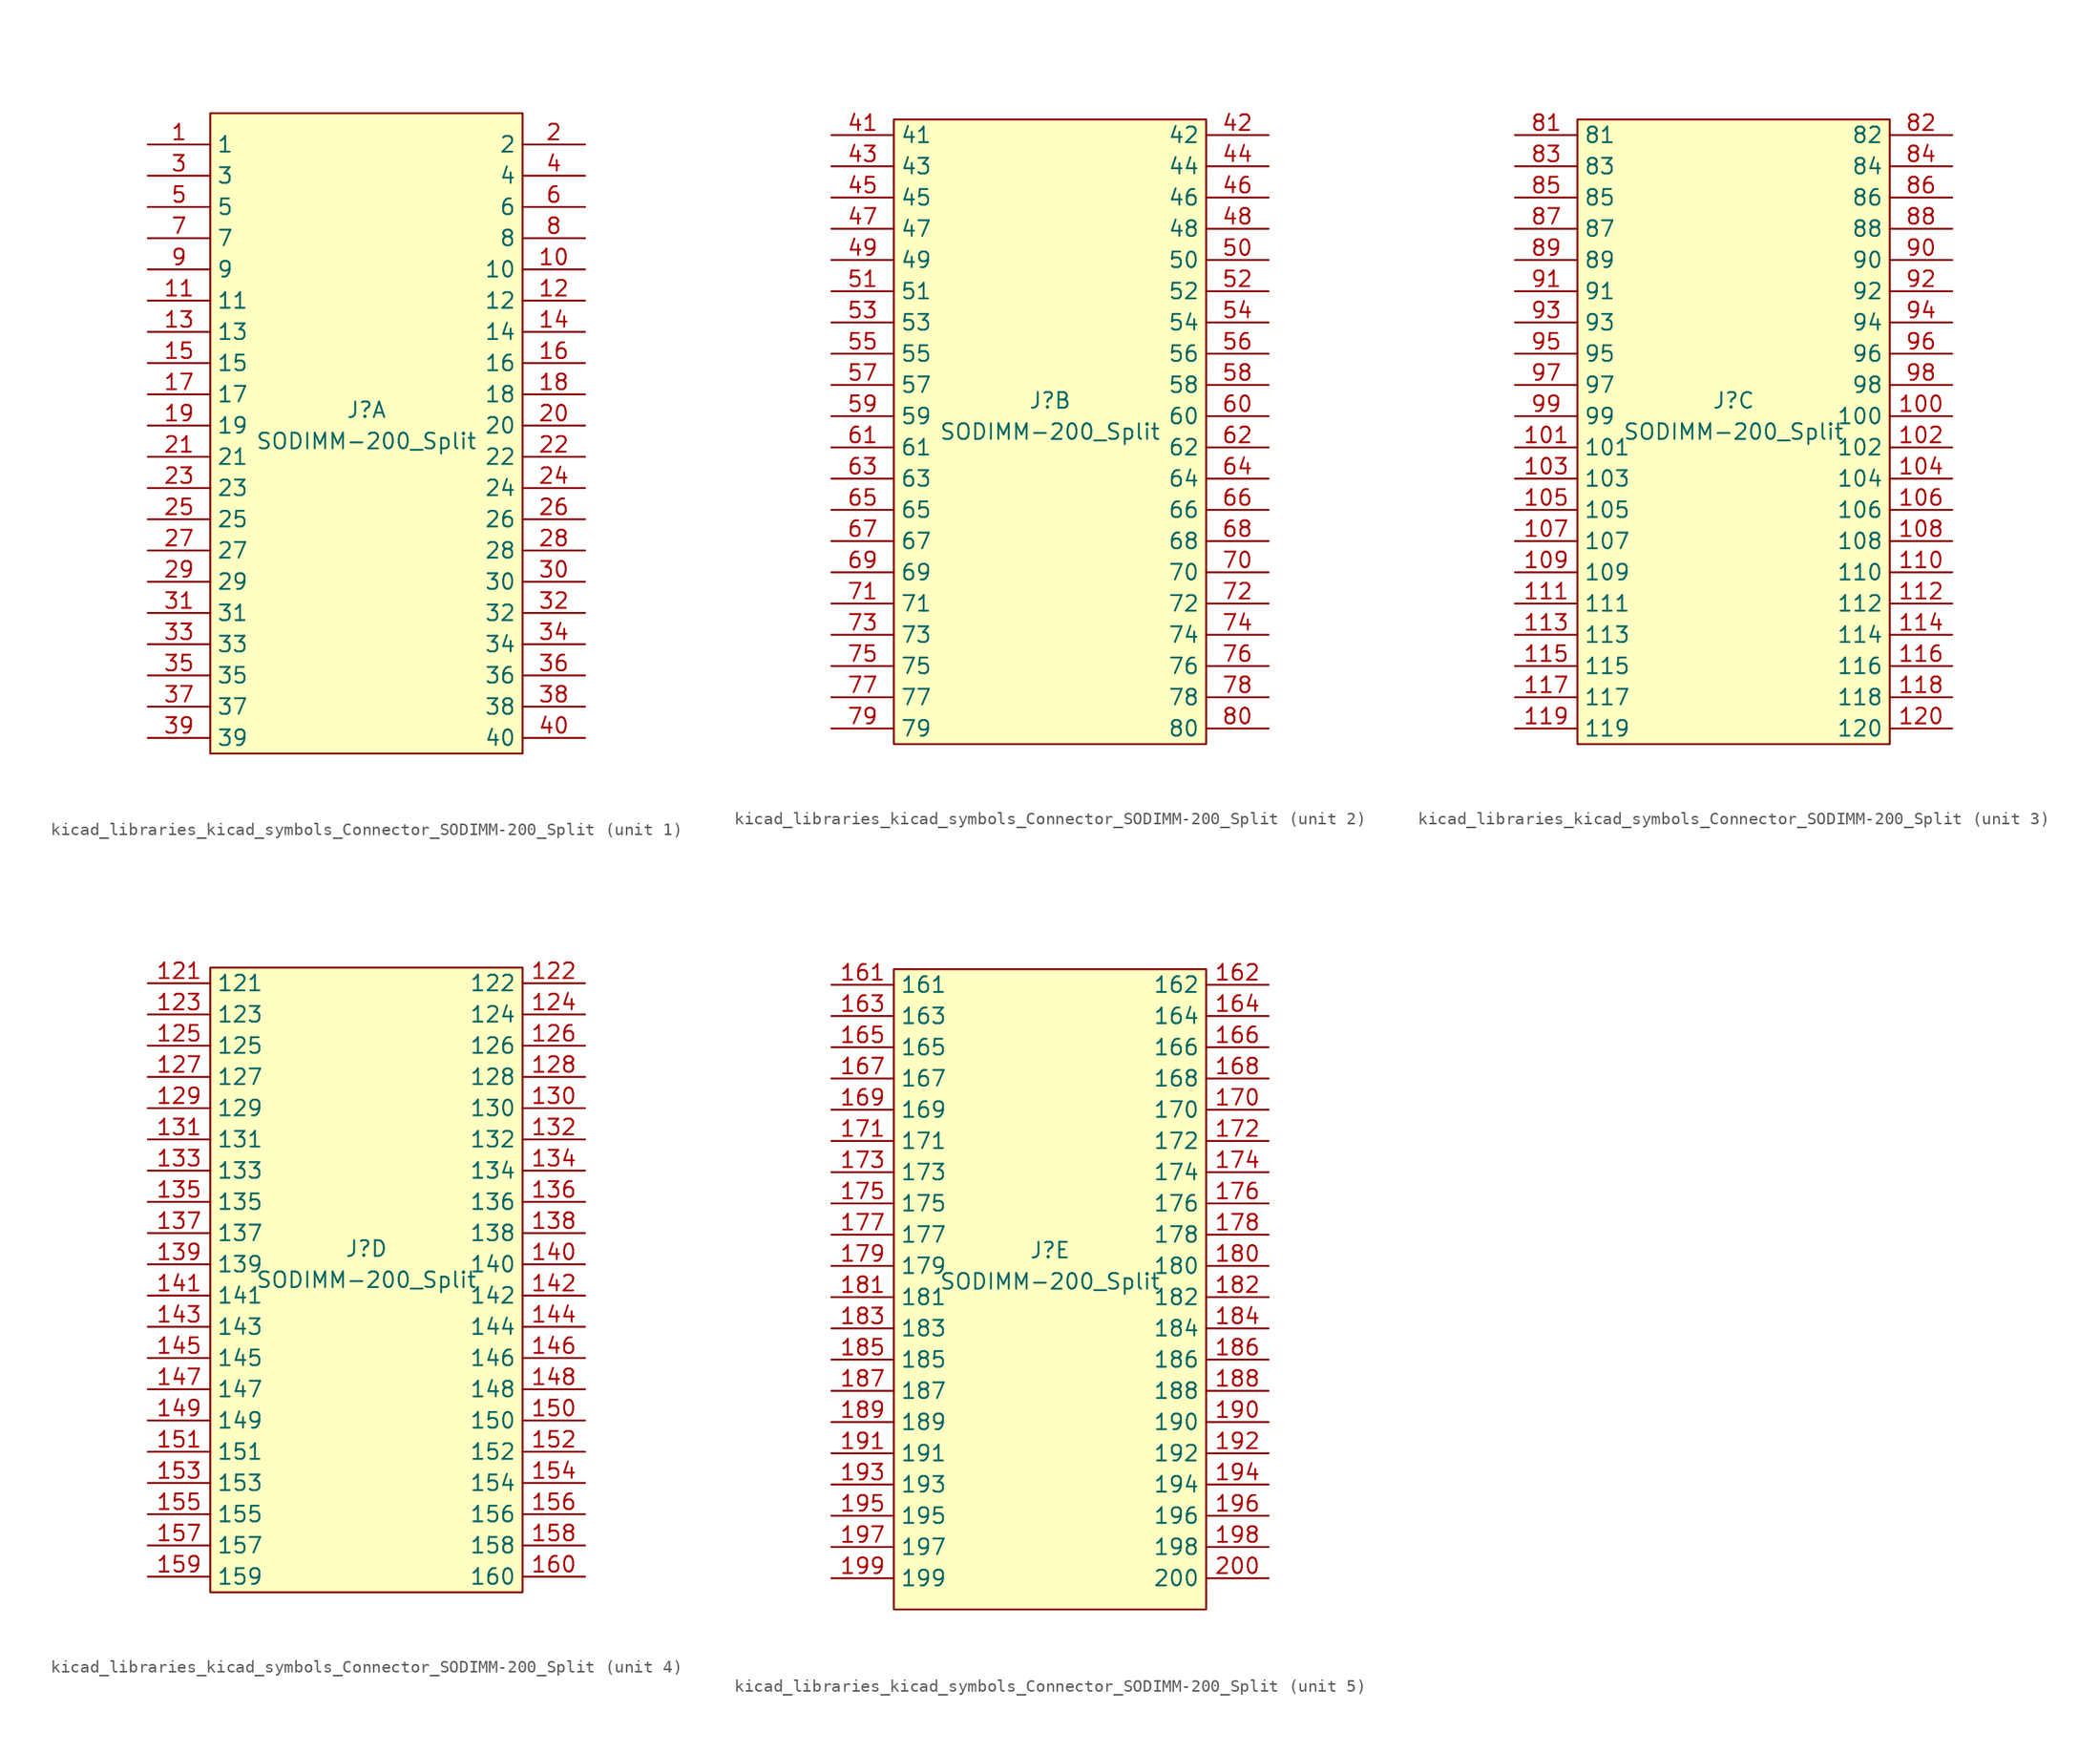
<source format=kicad_sym>
(kicad_symbol_lib
  (version 20220914)
  (generator kicad_symbol_editor)
  (symbol "kicad_libraries_kicad_symbols_Connector_SODIMM-200_Split"
    (property "Reference" "J"
      (at 0 1.27 0)
      (effects (font (size 1.27 1.27))))
    (property "Value" "SODIMM-200_Split"
      (at 0 -1.27 0)
      (effects (font (size 1.27 1.27))))
    (property "ki_locked" ""
      (at 0 0 0)
      (effects (font (size 1.27 1.27))))
    (symbol "kicad_libraries_kicad_symbols_Connector_SODIMM-200_Split_1_1"
      (rectangle (start -12.7 25.4) (end 12.7 -26.67) (stroke (width 0) (type default)) (fill (type background)))
      (pin passive line (at -17.78 22.86 0) (length 5.08) (name "1" (effects (font (size 1.27 1.27)))) (number "1" (effects (font (size 1.27 1.27)))))
      (pin passive line (at 17.78 12.7 180) (length 5.08) (name "10" (effects (font (size 1.27 1.27)))) (number "10" (effects (font (size 1.27 1.27)))))
      (pin passive line (at -17.78 10.16 0) (length 5.08) (name "11" (effects (font (size 1.27 1.27)))) (number "11" (effects (font (size 1.27 1.27)))))
      (pin passive line (at 17.78 10.16 180) (length 5.08) (name "12" (effects (font (size 1.27 1.27)))) (number "12" (effects (font (size 1.27 1.27)))))
      (pin passive line (at -17.78 7.62 0) (length 5.08) (name "13" (effects (font (size 1.27 1.27)))) (number "13" (effects (font (size 1.27 1.27)))))
      (pin passive line (at 17.78 7.62 180) (length 5.08) (name "14" (effects (font (size 1.27 1.27)))) (number "14" (effects (font (size 1.27 1.27)))))
      (pin passive line (at -17.78 5.08 0) (length 5.08) (name "15" (effects (font (size 1.27 1.27)))) (number "15" (effects (font (size 1.27 1.27)))))
      (pin passive line (at 17.78 5.08 180) (length 5.08) (name "16" (effects (font (size 1.27 1.27)))) (number "16" (effects (font (size 1.27 1.27)))))
      (pin passive line (at -17.78 2.54 0) (length 5.08) (name "17" (effects (font (size 1.27 1.27)))) (number "17" (effects (font (size 1.27 1.27)))))
      (pin passive line (at 17.78 2.54 180) (length 5.08) (name "18" (effects (font (size 1.27 1.27)))) (number "18" (effects (font (size 1.27 1.27)))))
      (pin passive line (at -17.78 0 0) (length 5.08) (name "19" (effects (font (size 1.27 1.27)))) (number "19" (effects (font (size 1.27 1.27)))))
      (pin passive line (at 17.78 22.86 180) (length 5.08) (name "2" (effects (font (size 1.27 1.27)))) (number "2" (effects (font (size 1.27 1.27)))))
      (pin passive line (at 17.78 0 180) (length 5.08) (name "20" (effects (font (size 1.27 1.27)))) (number "20" (effects (font (size 1.27 1.27)))))
      (pin passive line (at -17.78 -2.54 0) (length 5.08) (name "21" (effects (font (size 1.27 1.27)))) (number "21" (effects (font (size 1.27 1.27)))))
      (pin passive line (at 17.78 -2.54 180) (length 5.08) (name "22" (effects (font (size 1.27 1.27)))) (number "22" (effects (font (size 1.27 1.27)))))
      (pin passive line (at -17.78 -5.08 0) (length 5.08) (name "23" (effects (font (size 1.27 1.27)))) (number "23" (effects (font (size 1.27 1.27)))))
      (pin passive line (at 17.78 -5.08 180) (length 5.08) (name "24" (effects (font (size 1.27 1.27)))) (number "24" (effects (font (size 1.27 1.27)))))
      (pin passive line (at -17.78 -7.62 0) (length 5.08) (name "25" (effects (font (size 1.27 1.27)))) (number "25" (effects (font (size 1.27 1.27)))))
      (pin passive line (at 17.78 -7.62 180) (length 5.08) (name "26" (effects (font (size 1.27 1.27)))) (number "26" (effects (font (size 1.27 1.27)))))
      (pin passive line (at -17.78 -10.16 0) (length 5.08) (name "27" (effects (font (size 1.27 1.27)))) (number "27" (effects (font (size 1.27 1.27)))))
      (pin passive line (at 17.78 -10.16 180) (length 5.08) (name "28" (effects (font (size 1.27 1.27)))) (number "28" (effects (font (size 1.27 1.27)))))
      (pin passive line (at -17.78 -12.7 0) (length 5.08) (name "29" (effects (font (size 1.27 1.27)))) (number "29" (effects (font (size 1.27 1.27)))))
      (pin passive line (at -17.78 20.32 0) (length 5.08) (name "3" (effects (font (size 1.27 1.27)))) (number "3" (effects (font (size 1.27 1.27)))))
      (pin passive line (at 17.78 -12.7 180) (length 5.08) (name "30" (effects (font (size 1.27 1.27)))) (number "30" (effects (font (size 1.27 1.27)))))
      (pin passive line (at -17.78 -15.24 0) (length 5.08) (name "31" (effects (font (size 1.27 1.27)))) (number "31" (effects (font (size 1.27 1.27)))))
      (pin passive line (at 17.78 -15.24 180) (length 5.08) (name "32" (effects (font (size 1.27 1.27)))) (number "32" (effects (font (size 1.27 1.27)))))
      (pin passive line (at -17.78 -17.78 0) (length 5.08) (name "33" (effects (font (size 1.27 1.27)))) (number "33" (effects (font (size 1.27 1.27)))))
      (pin passive line (at 17.78 -17.78 180) (length 5.08) (name "34" (effects (font (size 1.27 1.27)))) (number "34" (effects (font (size 1.27 1.27)))))
      (pin passive line (at -17.78 -20.32 0) (length 5.08) (name "35" (effects (font (size 1.27 1.27)))) (number "35" (effects (font (size 1.27 1.27)))))
      (pin passive line (at 17.78 -20.32 180) (length 5.08) (name "36" (effects (font (size 1.27 1.27)))) (number "36" (effects (font (size 1.27 1.27)))))
      (pin passive line (at -17.78 -22.86 0) (length 5.08) (name "37" (effects (font (size 1.27 1.27)))) (number "37" (effects (font (size 1.27 1.27)))))
      (pin passive line (at 17.78 -22.86 180) (length 5.08) (name "38" (effects (font (size 1.27 1.27)))) (number "38" (effects (font (size 1.27 1.27)))))
      (pin passive line (at -17.78 -25.4 0) (length 5.08) (name "39" (effects (font (size 1.27 1.27)))) (number "39" (effects (font (size 1.27 1.27)))))
      (pin passive line (at 17.78 20.32 180) (length 5.08) (name "4" (effects (font (size 1.27 1.27)))) (number "4" (effects (font (size 1.27 1.27)))))
      (pin passive line (at 17.78 -25.4 180) (length 5.08) (name "40" (effects (font (size 1.27 1.27)))) (number "40" (effects (font (size 1.27 1.27)))))
      (pin passive line (at -17.78 17.78 0) (length 5.08) (name "5" (effects (font (size 1.27 1.27)))) (number "5" (effects (font (size 1.27 1.27)))))
      (pin passive line (at 17.78 17.78 180) (length 5.08) (name "6" (effects (font (size 1.27 1.27)))) (number "6" (effects (font (size 1.27 1.27)))))
      (pin passive line (at -17.78 15.24 0) (length 5.08) (name "7" (effects (font (size 1.27 1.27)))) (number "7" (effects (font (size 1.27 1.27)))))
      (pin passive line (at 17.78 15.24 180) (length 5.08) (name "8" (effects (font (size 1.27 1.27)))) (number "8" (effects (font (size 1.27 1.27)))))
      (pin passive line (at -17.78 12.7 0) (length 5.08) (name "9" (effects (font (size 1.27 1.27)))) (number "9" (effects (font (size 1.27 1.27))))))
    (symbol "kicad_libraries_kicad_symbols_Connector_SODIMM-200_Split_2_1"
      (rectangle (start -12.7 -26.67) (end 12.7 24.13) (stroke (width 0) (type default)) (fill (type background)))
      (pin passive line (at -17.78 22.86 0) (length 5.08) (name "41" (effects (font (size 1.27 1.27)))) (number "41" (effects (font (size 1.27 1.27)))))
      (pin passive line (at 17.78 22.86 180) (length 5.08) (name "42" (effects (font (size 1.27 1.27)))) (number "42" (effects (font (size 1.27 1.27)))))
      (pin passive line (at -17.78 20.32 0) (length 5.08) (name "43" (effects (font (size 1.27 1.27)))) (number "43" (effects (font (size 1.27 1.27)))))
      (pin passive line (at 17.78 20.32 180) (length 5.08) (name "44" (effects (font (size 1.27 1.27)))) (number "44" (effects (font (size 1.27 1.27)))))
      (pin passive line (at -17.78 17.78 0) (length 5.08) (name "45" (effects (font (size 1.27 1.27)))) (number "45" (effects (font (size 1.27 1.27)))))
      (pin passive line (at 17.78 17.78 180) (length 5.08) (name "46" (effects (font (size 1.27 1.27)))) (number "46" (effects (font (size 1.27 1.27)))))
      (pin passive line (at -17.78 15.24 0) (length 5.08) (name "47" (effects (font (size 1.27 1.27)))) (number "47" (effects (font (size 1.27 1.27)))))
      (pin passive line (at 17.78 15.24 180) (length 5.08) (name "48" (effects (font (size 1.27 1.27)))) (number "48" (effects (font (size 1.27 1.27)))))
      (pin passive line (at -17.78 12.7 0) (length 5.08) (name "49" (effects (font (size 1.27 1.27)))) (number "49" (effects (font (size 1.27 1.27)))))
      (pin passive line (at 17.78 12.7 180) (length 5.08) (name "50" (effects (font (size 1.27 1.27)))) (number "50" (effects (font (size 1.27 1.27)))))
      (pin passive line (at -17.78 10.16 0) (length 5.08) (name "51" (effects (font (size 1.27 1.27)))) (number "51" (effects (font (size 1.27 1.27)))))
      (pin passive line (at 17.78 10.16 180) (length 5.08) (name "52" (effects (font (size 1.27 1.27)))) (number "52" (effects (font (size 1.27 1.27)))))
      (pin passive line (at -17.78 7.62 0) (length 5.08) (name "53" (effects (font (size 1.27 1.27)))) (number "53" (effects (font (size 1.27 1.27)))))
      (pin passive line (at 17.78 7.62 180) (length 5.08) (name "54" (effects (font (size 1.27 1.27)))) (number "54" (effects (font (size 1.27 1.27)))))
      (pin passive line (at -17.78 5.08 0) (length 5.08) (name "55" (effects (font (size 1.27 1.27)))) (number "55" (effects (font (size 1.27 1.27)))))
      (pin passive line (at 17.78 5.08 180) (length 5.08) (name "56" (effects (font (size 1.27 1.27)))) (number "56" (effects (font (size 1.27 1.27)))))
      (pin passive line (at -17.78 2.54 0) (length 5.08) (name "57" (effects (font (size 1.27 1.27)))) (number "57" (effects (font (size 1.27 1.27)))))
      (pin passive line (at 17.78 2.54 180) (length 5.08) (name "58" (effects (font (size 1.27 1.27)))) (number "58" (effects (font (size 1.27 1.27)))))
      (pin passive line (at -17.78 0 0) (length 5.08) (name "59" (effects (font (size 1.27 1.27)))) (number "59" (effects (font (size 1.27 1.27)))))
      (pin passive line (at 17.78 0 180) (length 5.08) (name "60" (effects (font (size 1.27 1.27)))) (number "60" (effects (font (size 1.27 1.27)))))
      (pin passive line (at -17.78 -2.54 0) (length 5.08) (name "61" (effects (font (size 1.27 1.27)))) (number "61" (effects (font (size 1.27 1.27)))))
      (pin passive line (at 17.78 -2.54 180) (length 5.08) (name "62" (effects (font (size 1.27 1.27)))) (number "62" (effects (font (size 1.27 1.27)))))
      (pin passive line (at -17.78 -5.08 0) (length 5.08) (name "63" (effects (font (size 1.27 1.27)))) (number "63" (effects (font (size 1.27 1.27)))))
      (pin passive line (at 17.78 -5.08 180) (length 5.08) (name "64" (effects (font (size 1.27 1.27)))) (number "64" (effects (font (size 1.27 1.27)))))
      (pin passive line (at -17.78 -7.62 0) (length 5.08) (name "65" (effects (font (size 1.27 1.27)))) (number "65" (effects (font (size 1.27 1.27)))))
      (pin passive line (at 17.78 -7.62 180) (length 5.08) (name "66" (effects (font (size 1.27 1.27)))) (number "66" (effects (font (size 1.27 1.27)))))
      (pin passive line (at -17.78 -10.16 0) (length 5.08) (name "67" (effects (font (size 1.27 1.27)))) (number "67" (effects (font (size 1.27 1.27)))))
      (pin passive line (at 17.78 -10.16 180) (length 5.08) (name "68" (effects (font (size 1.27 1.27)))) (number "68" (effects (font (size 1.27 1.27)))))
      (pin passive line (at -17.78 -12.7 0) (length 5.08) (name "69" (effects (font (size 1.27 1.27)))) (number "69" (effects (font (size 1.27 1.27)))))
      (pin passive line (at 17.78 -12.7 180) (length 5.08) (name "70" (effects (font (size 1.27 1.27)))) (number "70" (effects (font (size 1.27 1.27)))))
      (pin passive line (at -17.78 -15.24 0) (length 5.08) (name "71" (effects (font (size 1.27 1.27)))) (number "71" (effects (font (size 1.27 1.27)))))
      (pin passive line (at 17.78 -15.24 180) (length 5.08) (name "72" (effects (font (size 1.27 1.27)))) (number "72" (effects (font (size 1.27 1.27)))))
      (pin passive line (at -17.78 -17.78 0) (length 5.08) (name "73" (effects (font (size 1.27 1.27)))) (number "73" (effects (font (size 1.27 1.27)))))
      (pin passive line (at 17.78 -17.78 180) (length 5.08) (name "74" (effects (font (size 1.27 1.27)))) (number "74" (effects (font (size 1.27 1.27)))))
      (pin passive line (at -17.78 -20.32 0) (length 5.08) (name "75" (effects (font (size 1.27 1.27)))) (number "75" (effects (font (size 1.27 1.27)))))
      (pin passive line (at 17.78 -20.32 180) (length 5.08) (name "76" (effects (font (size 1.27 1.27)))) (number "76" (effects (font (size 1.27 1.27)))))
      (pin passive line (at -17.78 -22.86 0) (length 5.08) (name "77" (effects (font (size 1.27 1.27)))) (number "77" (effects (font (size 1.27 1.27)))))
      (pin passive line (at 17.78 -22.86 180) (length 5.08) (name "78" (effects (font (size 1.27 1.27)))) (number "78" (effects (font (size 1.27 1.27)))))
      (pin passive line (at -17.78 -25.4 0) (length 5.08) (name "79" (effects (font (size 1.27 1.27)))) (number "79" (effects (font (size 1.27 1.27)))))
      (pin passive line (at 17.78 -25.4 180) (length 5.08) (name "80" (effects (font (size 1.27 1.27)))) (number "80" (effects (font (size 1.27 1.27))))))
    (symbol "kicad_libraries_kicad_symbols_Connector_SODIMM-200_Split_3_1"
      (rectangle (start -12.7 24.13) (end 12.7 -26.67) (stroke (width 0) (type default)) (fill (type background)))
      (pin passive line (at 17.78 0 180) (length 5.08) (name "100" (effects (font (size 1.27 1.27)))) (number "100" (effects (font (size 1.27 1.27)))))
      (pin passive line (at -17.78 -2.54 0) (length 5.08) (name "101" (effects (font (size 1.27 1.27)))) (number "101" (effects (font (size 1.27 1.27)))))
      (pin passive line (at 17.78 -2.54 180) (length 5.08) (name "102" (effects (font (size 1.27 1.27)))) (number "102" (effects (font (size 1.27 1.27)))))
      (pin passive line (at -17.78 -5.08 0) (length 5.08) (name "103" (effects (font (size 1.27 1.27)))) (number "103" (effects (font (size 1.27 1.27)))))
      (pin passive line (at 17.78 -5.08 180) (length 5.08) (name "104" (effects (font (size 1.27 1.27)))) (number "104" (effects (font (size 1.27 1.27)))))
      (pin passive line (at -17.78 -7.62 0) (length 5.08) (name "105" (effects (font (size 1.27 1.27)))) (number "105" (effects (font (size 1.27 1.27)))))
      (pin passive line (at 17.78 -7.62 180) (length 5.08) (name "106" (effects (font (size 1.27 1.27)))) (number "106" (effects (font (size 1.27 1.27)))))
      (pin passive line (at -17.78 -10.16 0) (length 5.08) (name "107" (effects (font (size 1.27 1.27)))) (number "107" (effects (font (size 1.27 1.27)))))
      (pin passive line (at 17.78 -10.16 180) (length 5.08) (name "108" (effects (font (size 1.27 1.27)))) (number "108" (effects (font (size 1.27 1.27)))))
      (pin passive line (at -17.78 -12.7 0) (length 5.08) (name "109" (effects (font (size 1.27 1.27)))) (number "109" (effects (font (size 1.27 1.27)))))
      (pin passive line (at 17.78 -12.7 180) (length 5.08) (name "110" (effects (font (size 1.27 1.27)))) (number "110" (effects (font (size 1.27 1.27)))))
      (pin passive line (at -17.78 -15.24 0) (length 5.08) (name "111" (effects (font (size 1.27 1.27)))) (number "111" (effects (font (size 1.27 1.27)))))
      (pin passive line (at 17.78 -15.24 180) (length 5.08) (name "112" (effects (font (size 1.27 1.27)))) (number "112" (effects (font (size 1.27 1.27)))))
      (pin passive line (at -17.78 -17.78 0) (length 5.08) (name "113" (effects (font (size 1.27 1.27)))) (number "113" (effects (font (size 1.27 1.27)))))
      (pin passive line (at 17.78 -17.78 180) (length 5.08) (name "114" (effects (font (size 1.27 1.27)))) (number "114" (effects (font (size 1.27 1.27)))))
      (pin passive line (at -17.78 -20.32 0) (length 5.08) (name "115" (effects (font (size 1.27 1.27)))) (number "115" (effects (font (size 1.27 1.27)))))
      (pin passive line (at 17.78 -20.32 180) (length 5.08) (name "116" (effects (font (size 1.27 1.27)))) (number "116" (effects (font (size 1.27 1.27)))))
      (pin passive line (at -17.78 -22.86 0) (length 5.08) (name "117" (effects (font (size 1.27 1.27)))) (number "117" (effects (font (size 1.27 1.27)))))
      (pin passive line (at 17.78 -22.86 180) (length 5.08) (name "118" (effects (font (size 1.27 1.27)))) (number "118" (effects (font (size 1.27 1.27)))))
      (pin passive line (at -17.78 -25.4 0) (length 5.08) (name "119" (effects (font (size 1.27 1.27)))) (number "119" (effects (font (size 1.27 1.27)))))
      (pin passive line (at 17.78 -25.4 180) (length 5.08) (name "120" (effects (font (size 1.27 1.27)))) (number "120" (effects (font (size 1.27 1.27)))))
      (pin passive line (at -17.78 22.86 0) (length 5.08) (name "81" (effects (font (size 1.27 1.27)))) (number "81" (effects (font (size 1.27 1.27)))))
      (pin passive line (at 17.78 22.86 180) (length 5.08) (name "82" (effects (font (size 1.27 1.27)))) (number "82" (effects (font (size 1.27 1.27)))))
      (pin passive line (at -17.78 20.32 0) (length 5.08) (name "83" (effects (font (size 1.27 1.27)))) (number "83" (effects (font (size 1.27 1.27)))))
      (pin passive line (at 17.78 20.32 180) (length 5.08) (name "84" (effects (font (size 1.27 1.27)))) (number "84" (effects (font (size 1.27 1.27)))))
      (pin passive line (at -17.78 17.78 0) (length 5.08) (name "85" (effects (font (size 1.27 1.27)))) (number "85" (effects (font (size 1.27 1.27)))))
      (pin passive line (at 17.78 17.78 180) (length 5.08) (name "86" (effects (font (size 1.27 1.27)))) (number "86" (effects (font (size 1.27 1.27)))))
      (pin passive line (at -17.78 15.24 0) (length 5.08) (name "87" (effects (font (size 1.27 1.27)))) (number "87" (effects (font (size 1.27 1.27)))))
      (pin passive line (at 17.78 15.24 180) (length 5.08) (name "88" (effects (font (size 1.27 1.27)))) (number "88" (effects (font (size 1.27 1.27)))))
      (pin passive line (at -17.78 12.7 0) (length 5.08) (name "89" (effects (font (size 1.27 1.27)))) (number "89" (effects (font (size 1.27 1.27)))))
      (pin passive line (at 17.78 12.7 180) (length 5.08) (name "90" (effects (font (size 1.27 1.27)))) (number "90" (effects (font (size 1.27 1.27)))))
      (pin passive line (at -17.78 10.16 0) (length 5.08) (name "91" (effects (font (size 1.27 1.27)))) (number "91" (effects (font (size 1.27 1.27)))))
      (pin passive line (at 17.78 10.16 180) (length 5.08) (name "92" (effects (font (size 1.27 1.27)))) (number "92" (effects (font (size 1.27 1.27)))))
      (pin passive line (at -17.78 7.62 0) (length 5.08) (name "93" (effects (font (size 1.27 1.27)))) (number "93" (effects (font (size 1.27 1.27)))))
      (pin passive line (at 17.78 7.62 180) (length 5.08) (name "94" (effects (font (size 1.27 1.27)))) (number "94" (effects (font (size 1.27 1.27)))))
      (pin passive line (at -17.78 5.08 0) (length 5.08) (name "95" (effects (font (size 1.27 1.27)))) (number "95" (effects (font (size 1.27 1.27)))))
      (pin passive line (at 17.78 5.08 180) (length 5.08) (name "96" (effects (font (size 1.27 1.27)))) (number "96" (effects (font (size 1.27 1.27)))))
      (pin passive line (at -17.78 2.54 0) (length 5.08) (name "97" (effects (font (size 1.27 1.27)))) (number "97" (effects (font (size 1.27 1.27)))))
      (pin passive line (at 17.78 2.54 180) (length 5.08) (name "98" (effects (font (size 1.27 1.27)))) (number "98" (effects (font (size 1.27 1.27)))))
      (pin passive line (at -17.78 0 0) (length 5.08) (name "99" (effects (font (size 1.27 1.27)))) (number "99" (effects (font (size 1.27 1.27))))))
    (symbol "kicad_libraries_kicad_symbols_Connector_SODIMM-200_Split_4_1"
      (rectangle (start -12.7 24.13) (end 12.7 -26.67) (stroke (width 0) (type default)) (fill (type background)))
      (pin passive line (at -17.78 22.86 0) (length 5.08) (name "121" (effects (font (size 1.27 1.27)))) (number "121" (effects (font (size 1.27 1.27)))))
      (pin passive line (at 17.78 22.86 180) (length 5.08) (name "122" (effects (font (size 1.27 1.27)))) (number "122" (effects (font (size 1.27 1.27)))))
      (pin passive line (at -17.78 20.32 0) (length 5.08) (name "123" (effects (font (size 1.27 1.27)))) (number "123" (effects (font (size 1.27 1.27)))))
      (pin passive line (at 17.78 20.32 180) (length 5.08) (name "124" (effects (font (size 1.27 1.27)))) (number "124" (effects (font (size 1.27 1.27)))))
      (pin passive line (at -17.78 17.78 0) (length 5.08) (name "125" (effects (font (size 1.27 1.27)))) (number "125" (effects (font (size 1.27 1.27)))))
      (pin passive line (at 17.78 17.78 180) (length 5.08) (name "126" (effects (font (size 1.27 1.27)))) (number "126" (effects (font (size 1.27 1.27)))))
      (pin passive line (at -17.78 15.24 0) (length 5.08) (name "127" (effects (font (size 1.27 1.27)))) (number "127" (effects (font (size 1.27 1.27)))))
      (pin passive line (at 17.78 15.24 180) (length 5.08) (name "128" (effects (font (size 1.27 1.27)))) (number "128" (effects (font (size 1.27 1.27)))))
      (pin passive line (at -17.78 12.7 0) (length 5.08) (name "129" (effects (font (size 1.27 1.27)))) (number "129" (effects (font (size 1.27 1.27)))))
      (pin passive line (at 17.78 12.7 180) (length 5.08) (name "130" (effects (font (size 1.27 1.27)))) (number "130" (effects (font (size 1.27 1.27)))))
      (pin passive line (at -17.78 10.16 0) (length 5.08) (name "131" (effects (font (size 1.27 1.27)))) (number "131" (effects (font (size 1.27 1.27)))))
      (pin passive line (at 17.78 10.16 180) (length 5.08) (name "132" (effects (font (size 1.27 1.27)))) (number "132" (effects (font (size 1.27 1.27)))))
      (pin passive line (at -17.78 7.62 0) (length 5.08) (name "133" (effects (font (size 1.27 1.27)))) (number "133" (effects (font (size 1.27 1.27)))))
      (pin passive line (at 17.78 7.62 180) (length 5.08) (name "134" (effects (font (size 1.27 1.27)))) (number "134" (effects (font (size 1.27 1.27)))))
      (pin passive line (at -17.78 5.08 0) (length 5.08) (name "135" (effects (font (size 1.27 1.27)))) (number "135" (effects (font (size 1.27 1.27)))))
      (pin passive line (at 17.78 5.08 180) (length 5.08) (name "136" (effects (font (size 1.27 1.27)))) (number "136" (effects (font (size 1.27 1.27)))))
      (pin passive line (at -17.78 2.54 0) (length 5.08) (name "137" (effects (font (size 1.27 1.27)))) (number "137" (effects (font (size 1.27 1.27)))))
      (pin passive line (at 17.78 2.54 180) (length 5.08) (name "138" (effects (font (size 1.27 1.27)))) (number "138" (effects (font (size 1.27 1.27)))))
      (pin passive line (at -17.78 0 0) (length 5.08) (name "139" (effects (font (size 1.27 1.27)))) (number "139" (effects (font (size 1.27 1.27)))))
      (pin passive line (at 17.78 0 180) (length 5.08) (name "140" (effects (font (size 1.27 1.27)))) (number "140" (effects (font (size 1.27 1.27)))))
      (pin passive line (at -17.78 -2.54 0) (length 5.08) (name "141" (effects (font (size 1.27 1.27)))) (number "141" (effects (font (size 1.27 1.27)))))
      (pin passive line (at 17.78 -2.54 180) (length 5.08) (name "142" (effects (font (size 1.27 1.27)))) (number "142" (effects (font (size 1.27 1.27)))))
      (pin passive line (at -17.78 -5.08 0) (length 5.08) (name "143" (effects (font (size 1.27 1.27)))) (number "143" (effects (font (size 1.27 1.27)))))
      (pin passive line (at 17.78 -5.08 180) (length 5.08) (name "144" (effects (font (size 1.27 1.27)))) (number "144" (effects (font (size 1.27 1.27)))))
      (pin passive line (at -17.78 -7.62 0) (length 5.08) (name "145" (effects (font (size 1.27 1.27)))) (number "145" (effects (font (size 1.27 1.27)))))
      (pin passive line (at 17.78 -7.62 180) (length 5.08) (name "146" (effects (font (size 1.27 1.27)))) (number "146" (effects (font (size 1.27 1.27)))))
      (pin passive line (at -17.78 -10.16 0) (length 5.08) (name "147" (effects (font (size 1.27 1.27)))) (number "147" (effects (font (size 1.27 1.27)))))
      (pin passive line (at 17.78 -10.16 180) (length 5.08) (name "148" (effects (font (size 1.27 1.27)))) (number "148" (effects (font (size 1.27 1.27)))))
      (pin passive line (at -17.78 -12.7 0) (length 5.08) (name "149" (effects (font (size 1.27 1.27)))) (number "149" (effects (font (size 1.27 1.27)))))
      (pin passive line (at 17.78 -12.7 180) (length 5.08) (name "150" (effects (font (size 1.27 1.27)))) (number "150" (effects (font (size 1.27 1.27)))))
      (pin passive line (at -17.78 -15.24 0) (length 5.08) (name "151" (effects (font (size 1.27 1.27)))) (number "151" (effects (font (size 1.27 1.27)))))
      (pin passive line (at 17.78 -15.24 180) (length 5.08) (name "152" (effects (font (size 1.27 1.27)))) (number "152" (effects (font (size 1.27 1.27)))))
      (pin passive line (at -17.78 -17.78 0) (length 5.08) (name "153" (effects (font (size 1.27 1.27)))) (number "153" (effects (font (size 1.27 1.27)))))
      (pin passive line (at 17.78 -17.78 180) (length 5.08) (name "154" (effects (font (size 1.27 1.27)))) (number "154" (effects (font (size 1.27 1.27)))))
      (pin passive line (at -17.78 -20.32 0) (length 5.08) (name "155" (effects (font (size 1.27 1.27)))) (number "155" (effects (font (size 1.27 1.27)))))
      (pin passive line (at 17.78 -20.32 180) (length 5.08) (name "156" (effects (font (size 1.27 1.27)))) (number "156" (effects (font (size 1.27 1.27)))))
      (pin passive line (at -17.78 -22.86 0) (length 5.08) (name "157" (effects (font (size 1.27 1.27)))) (number "157" (effects (font (size 1.27 1.27)))))
      (pin passive line (at 17.78 -22.86 180) (length 5.08) (name "158" (effects (font (size 1.27 1.27)))) (number "158" (effects (font (size 1.27 1.27)))))
      (pin passive line (at -17.78 -25.4 0) (length 5.08) (name "159" (effects (font (size 1.27 1.27)))) (number "159" (effects (font (size 1.27 1.27)))))
      (pin passive line (at 17.78 -25.4 180) (length 5.08) (name "160" (effects (font (size 1.27 1.27)))) (number "160" (effects (font (size 1.27 1.27))))))
    (symbol "kicad_libraries_kicad_symbols_Connector_SODIMM-200_Split_5_1"
      (rectangle (start -12.7 24.13) (end 12.7 -27.94) (stroke (width 0) (type default)) (fill (type background)))
      (pin passive line (at -17.78 22.86 0) (length 5.08) (name "161" (effects (font (size 1.27 1.27)))) (number "161" (effects (font (size 1.27 1.27)))))
      (pin passive line (at 17.78 22.86 180) (length 5.08) (name "162" (effects (font (size 1.27 1.27)))) (number "162" (effects (font (size 1.27 1.27)))))
      (pin passive line (at -17.78 20.32 0) (length 5.08) (name "163" (effects (font (size 1.27 1.27)))) (number "163" (effects (font (size 1.27 1.27)))))
      (pin passive line (at 17.78 20.32 180) (length 5.08) (name "164" (effects (font (size 1.27 1.27)))) (number "164" (effects (font (size 1.27 1.27)))))
      (pin passive line (at -17.78 17.78 0) (length 5.08) (name "165" (effects (font (size 1.27 1.27)))) (number "165" (effects (font (size 1.27 1.27)))))
      (pin passive line (at 17.78 17.78 180) (length 5.08) (name "166" (effects (font (size 1.27 1.27)))) (number "166" (effects (font (size 1.27 1.27)))))
      (pin passive line (at -17.78 15.24 0) (length 5.08) (name "167" (effects (font (size 1.27 1.27)))) (number "167" (effects (font (size 1.27 1.27)))))
      (pin passive line (at 17.78 15.24 180) (length 5.08) (name "168" (effects (font (size 1.27 1.27)))) (number "168" (effects (font (size 1.27 1.27)))))
      (pin passive line (at -17.78 12.7 0) (length 5.08) (name "169" (effects (font (size 1.27 1.27)))) (number "169" (effects (font (size 1.27 1.27)))))
      (pin passive line (at 17.78 12.7 180) (length 5.08) (name "170" (effects (font (size 1.27 1.27)))) (number "170" (effects (font (size 1.27 1.27)))))
      (pin passive line (at -17.78 10.16 0) (length 5.08) (name "171" (effects (font (size 1.27 1.27)))) (number "171" (effects (font (size 1.27 1.27)))))
      (pin passive line (at 17.78 10.16 180) (length 5.08) (name "172" (effects (font (size 1.27 1.27)))) (number "172" (effects (font (size 1.27 1.27)))))
      (pin passive line (at -17.78 7.62 0) (length 5.08) (name "173" (effects (font (size 1.27 1.27)))) (number "173" (effects (font (size 1.27 1.27)))))
      (pin passive line (at 17.78 7.62 180) (length 5.08) (name "174" (effects (font (size 1.27 1.27)))) (number "174" (effects (font (size 1.27 1.27)))))
      (pin passive line (at -17.78 5.08 0) (length 5.08) (name "175" (effects (font (size 1.27 1.27)))) (number "175" (effects (font (size 1.27 1.27)))))
      (pin passive line (at 17.78 5.08 180) (length 5.08) (name "176" (effects (font (size 1.27 1.27)))) (number "176" (effects (font (size 1.27 1.27)))))
      (pin passive line (at -17.78 2.54 0) (length 5.08) (name "177" (effects (font (size 1.27 1.27)))) (number "177" (effects (font (size 1.27 1.27)))))
      (pin passive line (at 17.78 2.54 180) (length 5.08) (name "178" (effects (font (size 1.27 1.27)))) (number "178" (effects (font (size 1.27 1.27)))))
      (pin passive line (at -17.78 0 0) (length 5.08) (name "179" (effects (font (size 1.27 1.27)))) (number "179" (effects (font (size 1.27 1.27)))))
      (pin passive line (at 17.78 0 180) (length 5.08) (name "180" (effects (font (size 1.27 1.27)))) (number "180" (effects (font (size 1.27 1.27)))))
      (pin passive line (at -17.78 -2.54 0) (length 5.08) (name "181" (effects (font (size 1.27 1.27)))) (number "181" (effects (font (size 1.27 1.27)))))
      (pin passive line (at 17.78 -2.54 180) (length 5.08) (name "182" (effects (font (size 1.27 1.27)))) (number "182" (effects (font (size 1.27 1.27)))))
      (pin passive line (at -17.78 -5.08 0) (length 5.08) (name "183" (effects (font (size 1.27 1.27)))) (number "183" (effects (font (size 1.27 1.27)))))
      (pin passive line (at 17.78 -5.08 180) (length 5.08) (name "184" (effects (font (size 1.27 1.27)))) (number "184" (effects (font (size 1.27 1.27)))))
      (pin passive line (at -17.78 -7.62 0) (length 5.08) (name "185" (effects (font (size 1.27 1.27)))) (number "185" (effects (font (size 1.27 1.27)))))
      (pin passive line (at 17.78 -7.62 180) (length 5.08) (name "186" (effects (font (size 1.27 1.27)))) (number "186" (effects (font (size 1.27 1.27)))))
      (pin passive line (at -17.78 -10.16 0) (length 5.08) (name "187" (effects (font (size 1.27 1.27)))) (number "187" (effects (font (size 1.27 1.27)))))
      (pin passive line (at 17.78 -10.16 180) (length 5.08) (name "188" (effects (font (size 1.27 1.27)))) (number "188" (effects (font (size 1.27 1.27)))))
      (pin passive line (at -17.78 -12.7 0) (length 5.08) (name "189" (effects (font (size 1.27 1.27)))) (number "189" (effects (font (size 1.27 1.27)))))
      (pin passive line (at 17.78 -12.7 180) (length 5.08) (name "190" (effects (font (size 1.27 1.27)))) (number "190" (effects (font (size 1.27 1.27)))))
      (pin passive line (at -17.78 -15.24 0) (length 5.08) (name "191" (effects (font (size 1.27 1.27)))) (number "191" (effects (font (size 1.27 1.27)))))
      (pin passive line (at 17.78 -15.24 180) (length 5.08) (name "192" (effects (font (size 1.27 1.27)))) (number "192" (effects (font (size 1.27 1.27)))))
      (pin passive line (at -17.78 -17.78 0) (length 5.08) (name "193" (effects (font (size 1.27 1.27)))) (number "193" (effects (font (size 1.27 1.27)))))
      (pin passive line (at 17.78 -17.78 180) (length 5.08) (name "194" (effects (font (size 1.27 1.27)))) (number "194" (effects (font (size 1.27 1.27)))))
      (pin passive line (at -17.78 -20.32 0) (length 5.08) (name "195" (effects (font (size 1.27 1.27)))) (number "195" (effects (font (size 1.27 1.27)))))
      (pin passive line (at 17.78 -20.32 180) (length 5.08) (name "196" (effects (font (size 1.27 1.27)))) (number "196" (effects (font (size 1.27 1.27)))))
      (pin passive line (at -17.78 -22.86 0) (length 5.08) (name "197" (effects (font (size 1.27 1.27)))) (number "197" (effects (font (size 1.27 1.27)))))
      (pin passive line (at 17.78 -22.86 180) (length 5.08) (name "198" (effects (font (size 1.27 1.27)))) (number "198" (effects (font (size 1.27 1.27)))))
      (pin passive line (at -17.78 -25.4 0) (length 5.08) (name "199" (effects (font (size 1.27 1.27)))) (number "199" (effects (font (size 1.27 1.27)))))
      (pin passive line (at 17.78 -25.4 180) (length 5.08) (name "200" (effects (font (size 1.27 1.27)))) (number "200" (effects (font (size 1.27 1.27))))))))
</source>
